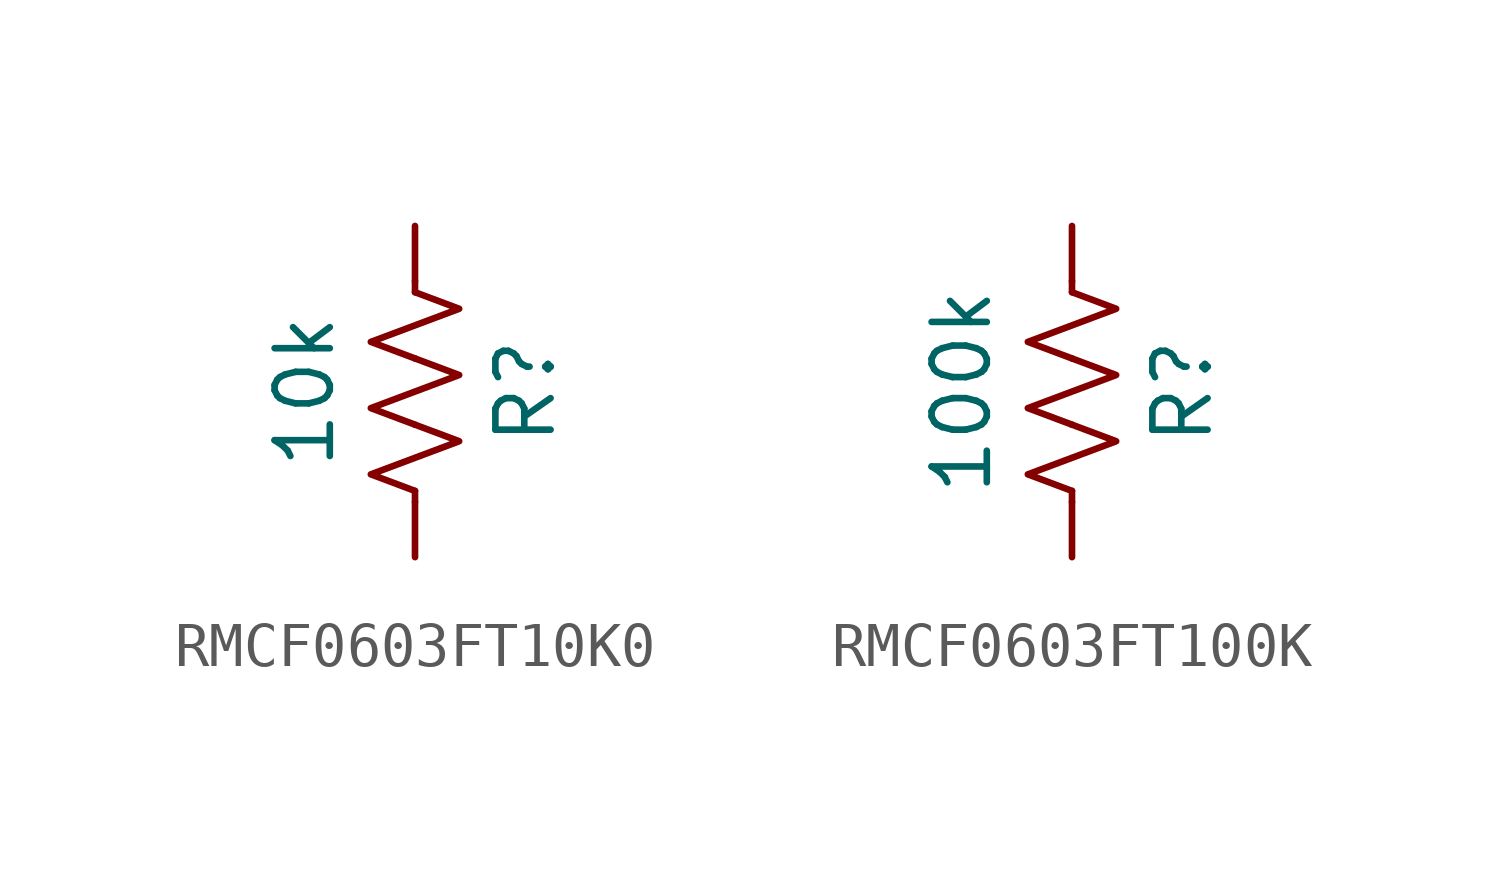
<source format=kicad_sym>
(kicad_symbol_lib
  (version 20220914)
  (generator kicad_symbol_editor)
  (symbol "RMCF0603FT10K0"
    (pin_numbers hide)
    (pin_names
      (offset 0))
    (property "Reference" "R"
      (at 2.54 0 90)
      (effects (font (size 1.27 1.27))))
    (property "Value" "10k"
      (at -2.54 0 90)
      (effects (font (size 1.27 1.27))))
    (symbol "RMCF0603FT10K0_0_1"
      (polyline (pts (xy 0 -2.286) (xy 0 -2.54)) (stroke (width 0) (type default)) (fill (type none)))
      (polyline (pts (xy 0 2.286) (xy 0 2.54)) (stroke (width 0) (type default)) (fill (type none)))
      (polyline (pts (xy 0 -0.762) (xy 1.016 -1.143) (xy 0 -1.524) (xy -1.016 -1.905) (xy 0 -2.286)) (stroke (width 0) (type default)) (fill (type none)))
      (polyline (pts (xy 0 0.762) (xy 1.016 0.381) (xy 0 0) (xy -1.016 -0.381) (xy 0 -0.762)) (stroke (width 0) (type default)) (fill (type none)))
      (polyline (pts (xy 0 2.286) (xy 1.016 1.905) (xy 0 1.524) (xy -1.016 1.143) (xy 0 0.762)) (stroke (width 0) (type default)) (fill (type none))))
    (symbol "RMCF0603FT10K0_1_1"
      (pin passive line (at 0 3.81 270) (length 1.27) (name "~" (effects (font (size 1.27 1.27)))) (number "1" (effects (font (size 1.27 1.27)))))
      (pin passive line (at 0 -3.81 90) (length 1.27) (name "~" (effects (font (size 1.27 1.27)))) (number "2" (effects (font (size 1.27 1.27)))))))
  (symbol "RMCF0603FT100K"
    (pin_numbers hide)
    (pin_names
      (offset 0))
    (property "Reference" "R"
      (at 2.54 0 90)
      (effects (font (size 1.27 1.27))))
    (property "Value" "100k"
      (at -2.54 0 90)
      (effects (font (size 1.27 1.27))))
    (symbol "RMCF0603FT100K_0_1"
      (polyline (pts (xy 0 -2.286) (xy 0 -2.54)) (stroke (width 0) (type default)) (fill (type none)))
      (polyline (pts (xy 0 2.286) (xy 0 2.54)) (stroke (width 0) (type default)) (fill (type none)))
      (polyline (pts (xy 0 -0.762) (xy 1.016 -1.143) (xy 0 -1.524) (xy -1.016 -1.905) (xy 0 -2.286)) (stroke (width 0) (type default)) (fill (type none)))
      (polyline (pts (xy 0 0.762) (xy 1.016 0.381) (xy 0 0) (xy -1.016 -0.381) (xy 0 -0.762)) (stroke (width 0) (type default)) (fill (type none)))
      (polyline (pts (xy 0 2.286) (xy 1.016 1.905) (xy 0 1.524) (xy -1.016 1.143) (xy 0 0.762)) (stroke (width 0) (type default)) (fill (type none))))
    (symbol "RMCF0603FT100K_1_1"
      (pin passive line (at 0 3.81 270) (length 1.27) (name "~" (effects (font (size 1.27 1.27)))) (number "1" (effects (font (size 1.27 1.27)))))
      (pin passive line (at 0 -3.81 90) (length 1.27) (name "~" (effects (font (size 1.27 1.27)))) (number "2" (effects (font (size 1.27 1.27))))))))
</source>
